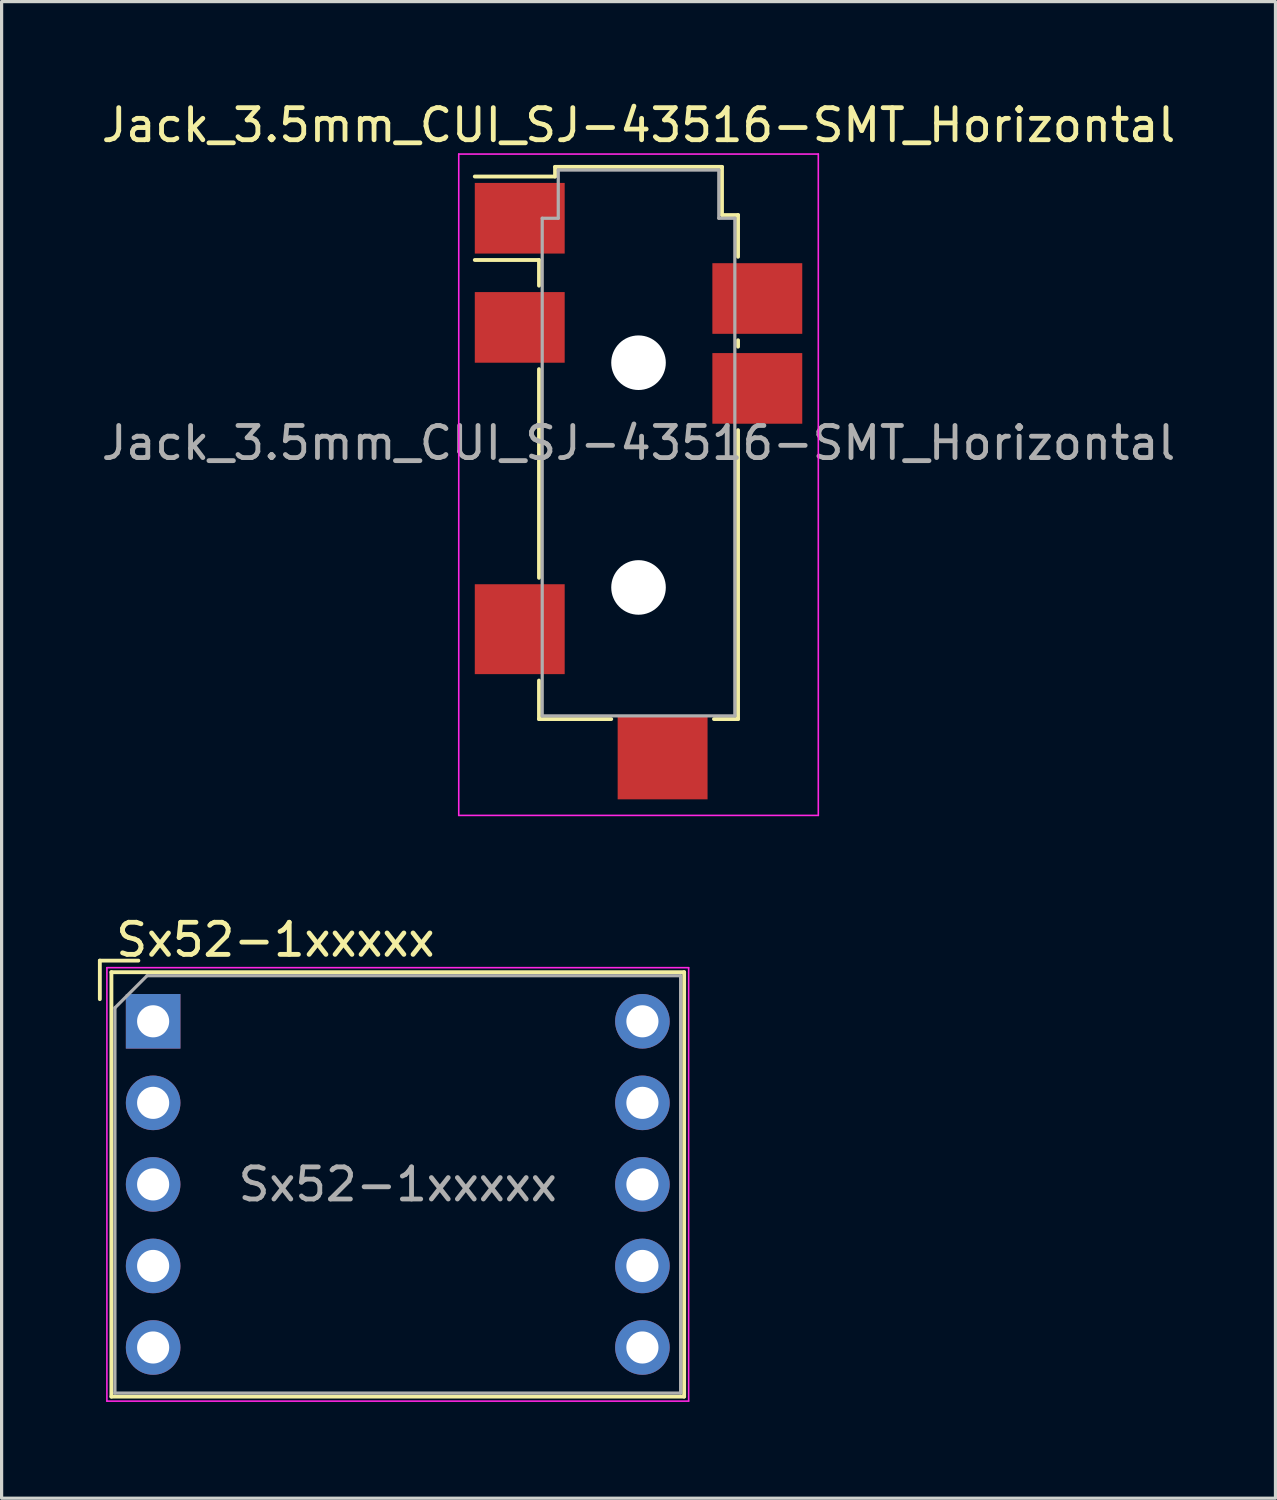
<source format=kicad_pcb>
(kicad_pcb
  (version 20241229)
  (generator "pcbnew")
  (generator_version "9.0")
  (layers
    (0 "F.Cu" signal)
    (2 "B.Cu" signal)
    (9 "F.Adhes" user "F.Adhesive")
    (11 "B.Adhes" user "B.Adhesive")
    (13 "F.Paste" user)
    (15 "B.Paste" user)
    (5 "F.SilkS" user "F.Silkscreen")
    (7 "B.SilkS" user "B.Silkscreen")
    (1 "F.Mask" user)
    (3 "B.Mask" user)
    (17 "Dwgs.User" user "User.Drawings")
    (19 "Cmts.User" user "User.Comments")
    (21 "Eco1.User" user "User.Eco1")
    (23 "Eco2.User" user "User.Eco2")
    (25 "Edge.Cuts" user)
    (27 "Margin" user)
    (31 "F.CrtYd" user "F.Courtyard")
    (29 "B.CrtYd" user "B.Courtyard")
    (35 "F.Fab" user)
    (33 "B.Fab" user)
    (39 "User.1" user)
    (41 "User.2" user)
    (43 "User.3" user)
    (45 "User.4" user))
  (footprint "Sx52-1xxxxx"
    (layer "F.Cu")
    (at 1.72 28.762)
    (property "Reference" "Sx52-1xxxxx" (at 3.81 -2.54 0) (layer "F.SilkS") (effects (font (size 1 1) (thickness 0.15))))
    (attr through_hole)
    (fp_line (start -1.66 -1.89) (end -0.46 -1.89) (stroke (width 0.12) (type solid)) (layer "F.SilkS"))
    (fp_line (start -1.66 -0.69) (end -1.66 -1.89) (stroke (width 0.12) (type solid)) (layer "F.SilkS"))
    (fp_line (start -1.3 -1.53) (end -1.3 11.69) (stroke (width 0.12) (type solid)) (layer "F.SilkS"))
    (fp_line (start -1.3 11.69) (end 16.54 11.69) (stroke (width 0.12) (type solid)) (layer "F.SilkS"))
    (fp_line (start 16.54 -1.53) (end -1.3 -1.53) (stroke (width 0.12) (type solid)) (layer "F.SilkS"))
    (fp_line (start 16.54 11.69) (end 16.54 -1.53) (stroke (width 0.12) (type solid)) (layer "F.SilkS"))
    (fp_line (start -1.44 -1.67) (end 16.68 -1.67) (stroke (width 0.05) (type solid)) (layer "F.CrtYd"))
    (fp_line (start -1.44 11.83) (end -1.44 -1.67) (stroke (width 0.05) (type solid)) (layer "F.CrtYd"))
    (fp_line (start 16.68 -1.67) (end 16.68 11.83) (stroke (width 0.05) (type solid)) (layer "F.CrtYd"))
    (fp_line (start 16.68 11.83) (end -1.44 11.83) (stroke (width 0.05) (type solid)) (layer "F.CrtYd"))
    (fp_line (start -1.19 -0.42) (end -0.19 -1.42) (stroke (width 0.1) (type solid)) (layer "F.Fab"))
    (fp_line (start -1.19 11.58) (end -1.19 -0.42) (stroke (width 0.1) (type solid)) (layer "F.Fab"))
    (fp_line (start -0.19 -1.42) (end 16.43 -1.42) (stroke (width 0.1) (type solid)) (layer "F.Fab"))
    (fp_line (start 16.43 -1.42) (end 16.43 11.58) (stroke (width 0.1) (type solid)) (layer "F.Fab"))
    (fp_line (start 16.43 11.58) (end -1.19 11.58) (stroke (width 0.1) (type solid)) (layer "F.Fab"))
    (fp_text user "${REFERENCE}" (at 7.62 5.08 0) (layer "F.Fab") (effects (font (size 1 1) (thickness 0.15))))
    (pad "1" thru_hole rect (at 0 0) (size 1.7 1.7) (drill 1) (layers "*.Cu" "*.Mask"))
    (pad "2" thru_hole circle (at 0 2.54) (size 1.7 1.7) (drill 1) (layers "*.Cu" "*.Mask"))
    (pad "3" thru_hole circle (at 0 5.08) (size 1.7 1.7) (drill 1) (layers "*.Cu" "*.Mask"))
    (pad "4" thru_hole circle (at 0 7.62) (size 1.7 1.7) (drill 1) (layers "*.Cu" "*.Mask"))
    (pad "5" thru_hole circle (at 0 10.16) (size 1.7 1.7) (drill 1) (layers "*.Cu" "*.Mask"))
    (pad "6" thru_hole circle (at 15.24 10.16) (size 1.7 1.7) (drill 1) (layers "*.Cu" "*.Mask"))
    (pad "7" thru_hole circle (at 15.24 7.62) (size 1.7 1.7) (drill 1) (layers "*.Cu" "*.Mask"))
    (pad "8" thru_hole circle (at 15.24 5.08) (size 1.7 1.7) (drill 1) (layers "*.Cu" "*.Mask"))
    (pad "9" thru_hole circle (at 15.24 2.54) (size 1.7 1.7) (drill 1) (layers "*.Cu" "*.Mask"))
    (pad "10" thru_hole circle (at 15.24 0) (size 1.7 1.7) (drill 1) (layers "*.Cu" "*.Mask")))
  (footprint "Jack_3.5mm_CUI_SJ-43516-SMT_Horizontal"
    (layer "F.Cu")
    (at 16.839 10.748)
    (property "Reference" "Jack_3.5mm_CUI_SJ-43516-SMT_Horizontal" (at 0 -9.9 0) (layer "F.SilkS") (effects (font (size 1 1) (thickness 0.15))))
    (attr smd)
    (fp_line (start -3.1 -5.7) (end -5.1 -5.7) (stroke (width 0.12) (type solid)) (layer "F.SilkS"))
    (fp_line (start -3.1 -4.9) (end -3.1 -5.7) (stroke (width 0.12) (type solid)) (layer "F.SilkS"))
    (fp_line (start -3.1 4.2) (end -3.1 -2.3) (stroke (width 0.12) (type solid)) (layer "F.SilkS"))
    (fp_line (start -3.1 8.6) (end -3.1 7.4) (stroke (width 0.12) (type solid)) (layer "F.SilkS"))
    (fp_line (start -2.6 -8.6) (end 2.6 -8.6) (stroke (width 0.12) (type solid)) (layer "F.SilkS"))
    (fp_line (start -2.6 -8.3) (end -5.1 -8.3) (stroke (width 0.12) (type solid)) (layer "F.SilkS"))
    (fp_line (start -2.6 -8.3) (end -2.6 -8.6) (stroke (width 0.12) (type solid)) (layer "F.SilkS"))
    (fp_line (start -0.85 8.6) (end -3.1 8.6) (stroke (width 0.12) (type solid)) (layer "F.SilkS"))
    (fp_line (start 2.6 -8.6) (end 2.6 -7.1) (stroke (width 0.12) (type solid)) (layer "F.SilkS"))
    (fp_line (start 2.6 -7.1) (end 3.1 -7.1) (stroke (width 0.12) (type solid)) (layer "F.SilkS"))
    (fp_line (start 3.1 -7.1) (end 3.1 -5.8) (stroke (width 0.12) (type solid)) (layer "F.SilkS"))
    (fp_line (start 3.1 -3.2) (end 3.1 -3) (stroke (width 0.12) (type solid)) (layer "F.SilkS"))
    (fp_line (start 3.1 -0.4) (end 3.1 8.6) (stroke (width 0.12) (type solid)) (layer "F.SilkS"))
    (fp_line (start 3.1 8.6) (end 2.35 8.6) (stroke (width 0.12) (type solid)) (layer "F.SilkS"))
    (fp_line (start -5.6 -9) (end 5.6 -9) (stroke (width 0.05) (type solid)) (layer "F.CrtYd"))
    (fp_line (start -5.6 11.6) (end -5.6 -9) (stroke (width 0.05) (type solid)) (layer "F.CrtYd"))
    (fp_line (start 5.6 -9) (end 5.6 11.6) (stroke (width 0.05) (type solid)) (layer "F.CrtYd"))
    (fp_line (start 5.6 11.6) (end -5.6 11.6) (stroke (width 0.05) (type solid)) (layer "F.CrtYd"))
    (fp_line (start -3 -7) (end -2.5 -7) (stroke (width 0.1) (type solid)) (layer "F.Fab"))
    (fp_line (start -3 8.5) (end -3 -7) (stroke (width 0.1) (type solid)) (layer "F.Fab"))
    (fp_line (start -2.5 -8.5) (end 2.5 -8.5) (stroke (width 0.1) (type solid)) (layer "F.Fab"))
    (fp_line (start -2.5 -7) (end -2.5 -8.5) (stroke (width 0.1) (type solid)) (layer "F.Fab"))
    (fp_line (start 2.5 -8.5) (end 2.5 -7) (stroke (width 0.1) (type solid)) (layer "F.Fab"))
    (fp_line (start 2.5 -7) (end 3 -7) (stroke (width 0.1) (type solid)) (layer "F.Fab"))
    (fp_line (start 3 -7) (end 3 8.5) (stroke (width 0.1) (type solid)) (layer "F.Fab"))
    (fp_line (start 3 8.5) (end -3 8.5) (stroke (width 0.1) (type solid)) (layer "F.Fab"))
    (fp_text user "${REFERENCE}" (at 0 0 0) (layer "F.Fab") (effects (font (size 1 1) (thickness 0.15))))
    (pad "" np_thru_hole circle (at 0 -2.5) (size 1.7 1.7) (drill 1.7) (layers "*.Cu" "*.Mask"))
    (pad "" np_thru_hole circle (at 0 4.5) (size 1.7 1.7) (drill 1.7) (layers "*.Cu" "*.Mask"))
    (pad "R1" smd rect (at 3.7 -1.7) (size 2.8 2.2) (layers "F.Cu" "F.Mask" "F.Paste"))
    (pad "R1N" smd rect (at 3.7 -4.5) (size 2.8 2.2) (layers "F.Cu" "F.Mask" "F.Paste"))
    (pad "R2" smd rect (at -3.7 -3.6) (size 2.8 2.2) (layers "F.Cu" "F.Mask" "F.Paste"))
    (pad "S" smd rect (at -3.7 -7) (size 2.8 2.2) (layers "F.Cu" "F.Mask" "F.Paste"))
    (pad "T" smd rect (at -3.7 5.8) (size 2.8 2.8) (layers "F.Cu" "F.Mask" "F.Paste"))
    (pad "TN" smd rect (at 0.75 9.8) (size 2.8 2.6) (layers "F.Cu" "F.Mask" "F.Paste")))
  (gr_rect
    (start -3 -3)
    (end 36.679 43.617)
    (stroke (width 0.1) (type default))
    (fill no)
    (layer "Edge.Cuts")))
</source>
